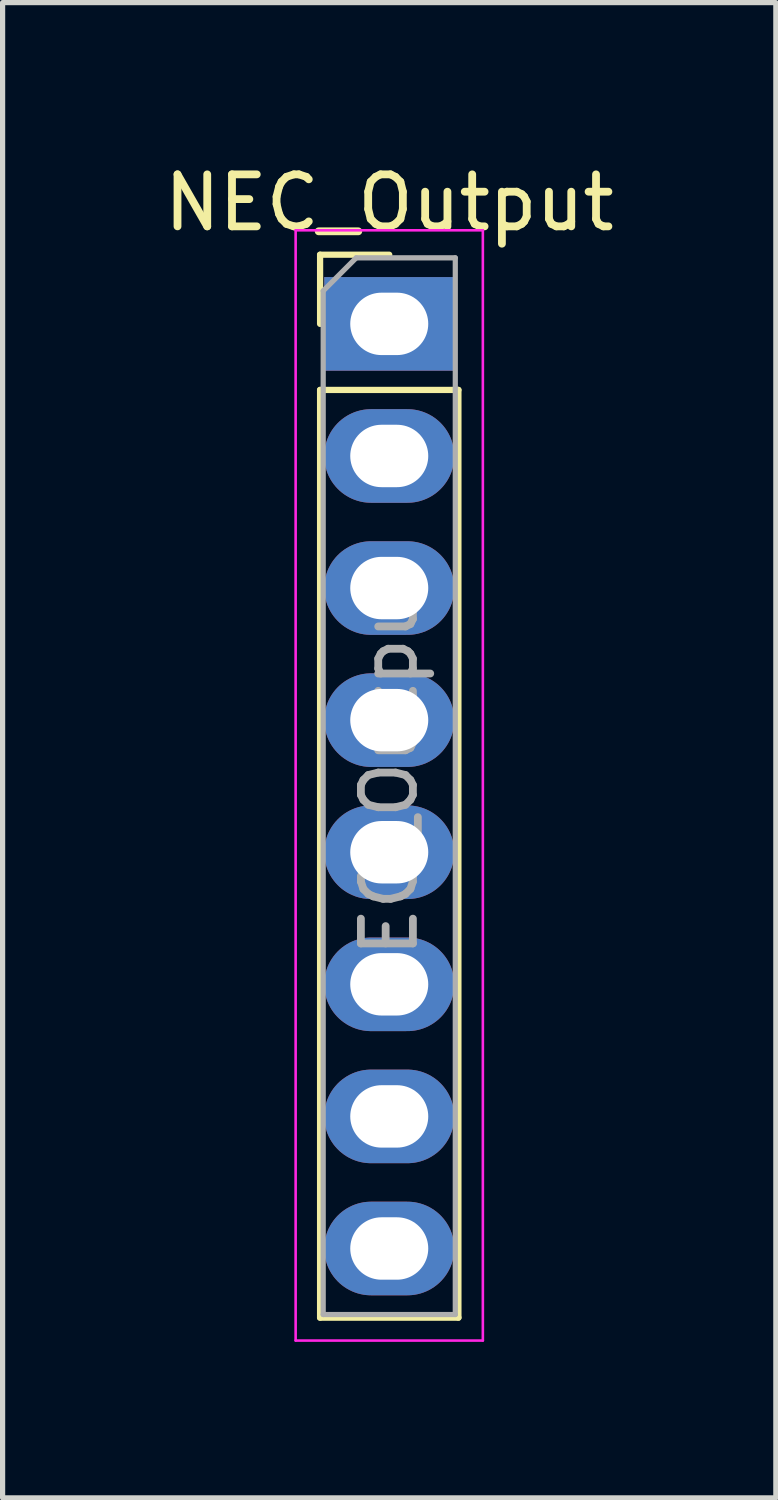
<source format=kicad_pcb>
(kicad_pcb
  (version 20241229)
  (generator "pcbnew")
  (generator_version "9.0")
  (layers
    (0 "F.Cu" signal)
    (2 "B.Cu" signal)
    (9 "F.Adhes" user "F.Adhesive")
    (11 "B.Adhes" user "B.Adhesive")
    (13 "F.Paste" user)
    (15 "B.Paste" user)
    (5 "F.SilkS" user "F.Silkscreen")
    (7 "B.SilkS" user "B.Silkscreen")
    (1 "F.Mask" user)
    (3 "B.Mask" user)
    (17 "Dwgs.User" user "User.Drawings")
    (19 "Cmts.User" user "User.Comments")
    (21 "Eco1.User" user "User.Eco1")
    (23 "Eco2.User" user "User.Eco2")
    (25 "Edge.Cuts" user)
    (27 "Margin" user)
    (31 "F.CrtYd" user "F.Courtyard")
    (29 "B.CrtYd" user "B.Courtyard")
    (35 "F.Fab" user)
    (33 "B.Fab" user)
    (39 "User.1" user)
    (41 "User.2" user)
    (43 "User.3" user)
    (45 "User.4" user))
  (footprint "NEC_Output"
    (layer "F.Cu")
    (at 4.435 3.178)
    (property "Reference" "NEC_Output" (at 0 -2.33 0) (layer "F.SilkS") (effects (font (size 1 1) (thickness 0.15))))
    (attr through_hole)
    (fp_line (start -1.33 -1.33) (end 0 -1.33) (stroke (width 0.12) (type solid)) (layer "F.SilkS"))
    (fp_line (start -1.33 0) (end -1.33 -1.33) (stroke (width 0.12) (type solid)) (layer "F.SilkS"))
    (fp_line (start -1.33 1.27) (end -1.33 19.11) (stroke (width 0.12) (type solid)) (layer "F.SilkS"))
    (fp_line (start -1.33 1.27) (end 1.33 1.27) (stroke (width 0.12) (type solid)) (layer "F.SilkS"))
    (fp_line (start -1.33 19.11) (end 1.33 19.11) (stroke (width 0.12) (type solid)) (layer "F.SilkS"))
    (fp_line (start 1.33 1.27) (end 1.33 19.11) (stroke (width 0.12) (type solid)) (layer "F.SilkS"))
    (fp_line (start -1.8 -1.8) (end -1.8 19.55) (stroke (width 0.05) (type solid)) (layer "F.CrtYd"))
    (fp_line (start -1.8 19.55) (end 1.8 19.55) (stroke (width 0.05) (type solid)) (layer "F.CrtYd"))
    (fp_line (start 1.8 -1.8) (end -1.8 -1.8) (stroke (width 0.05) (type solid)) (layer "F.CrtYd"))
    (fp_line (start 1.8 19.55) (end 1.8 -1.8) (stroke (width 0.05) (type solid)) (layer "F.CrtYd"))
    (fp_line (start -1.27 -0.635) (end -0.635 -1.27) (stroke (width 0.1) (type solid)) (layer "F.Fab"))
    (fp_line (start -1.27 19.05) (end -1.27 -0.635) (stroke (width 0.1) (type solid)) (layer "F.Fab"))
    (fp_line (start -0.635 -1.27) (end 1.27 -1.27) (stroke (width 0.1) (type solid)) (layer "F.Fab"))
    (fp_line (start 1.27 -1.27) (end 1.27 19.05) (stroke (width 0.1) (type solid)) (layer "F.Fab"))
    (fp_line (start 1.27 19.05) (end -1.27 19.05) (stroke (width 0.1) (type solid)) (layer "F.Fab"))
    (fp_text user "${REFERENCE}" (at 0 8.89 270) (layer "F.Fab") (effects (font (size 1 1) (thickness 0.15))))
    (pad "1" thru_hole rect (at 0 0) (size 2.5 1.8) (drill oval 1.5 1.2) (layers "*.Cu" "*.Mask"))
    (pad "2" thru_hole oval (at 0 2.54) (size 2.5 1.8) (drill oval 1.5 1.2) (layers "*.Cu" "*.Mask"))
    (pad "3" thru_hole oval (at 0 5.08) (size 2.5 1.8) (drill oval 1.5 1.2) (layers "*.Cu" "*.Mask"))
    (pad "4" thru_hole oval (at 0 7.62) (size 2.5 1.8) (drill oval 1.5 1.2) (layers "*.Cu" "*.Mask"))
    (pad "5" thru_hole oval (at 0 10.16) (size 2.5 1.8) (drill oval 1.5 1.2) (layers "*.Cu" "*.Mask"))
    (pad "6" thru_hole oval (at 0 12.7) (size 2.5 1.8) (drill oval 1.5 1.2) (layers "*.Cu" "*.Mask"))
    (pad "7" thru_hole oval (at 0 15.24) (size 2.5 1.8) (drill oval 1.5 1.2) (layers "*.Cu" "*.Mask"))
    (pad "8" thru_hole oval (at 0 17.78) (size 2.5 1.8) (drill oval 1.5 1.2) (layers "*.Cu" "*.Mask")))
  (gr_rect
    (start -3 -3)
    (end 11.869 25.753)
    (stroke (width 0.1) (type default))
    (fill no)
    (layer "Edge.Cuts")))
</source>
